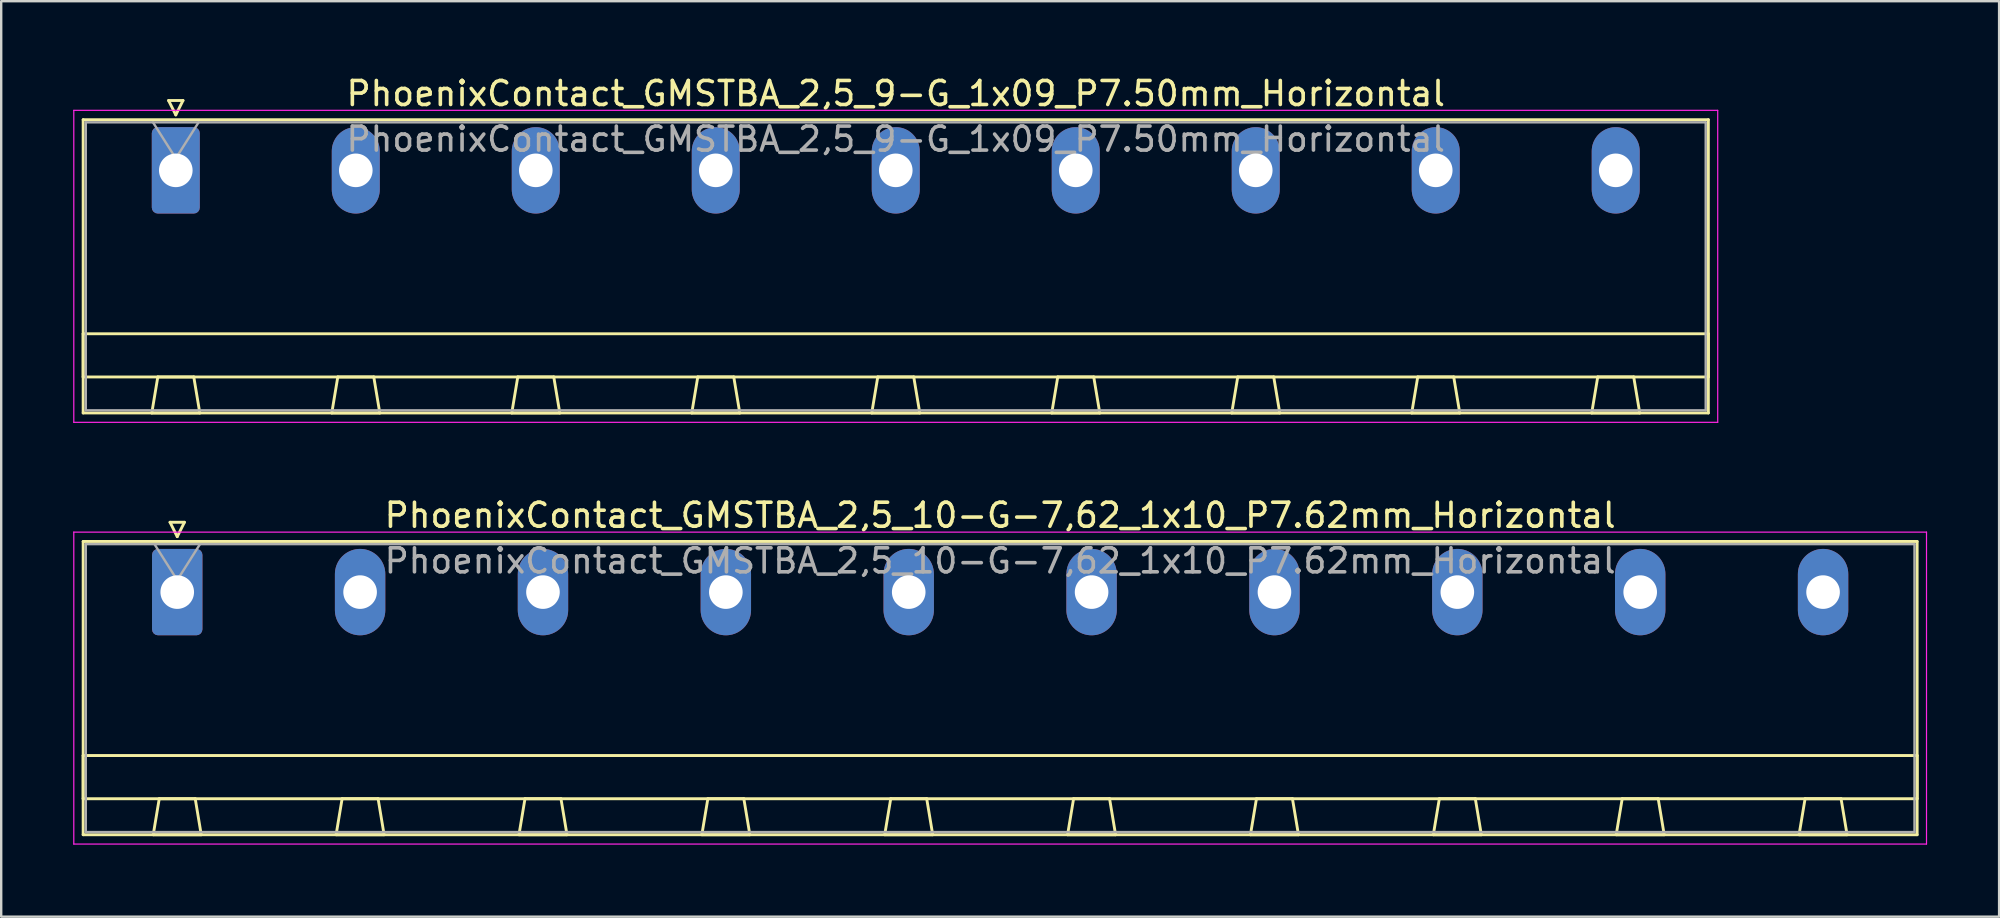
<source format=kicad_pcb>
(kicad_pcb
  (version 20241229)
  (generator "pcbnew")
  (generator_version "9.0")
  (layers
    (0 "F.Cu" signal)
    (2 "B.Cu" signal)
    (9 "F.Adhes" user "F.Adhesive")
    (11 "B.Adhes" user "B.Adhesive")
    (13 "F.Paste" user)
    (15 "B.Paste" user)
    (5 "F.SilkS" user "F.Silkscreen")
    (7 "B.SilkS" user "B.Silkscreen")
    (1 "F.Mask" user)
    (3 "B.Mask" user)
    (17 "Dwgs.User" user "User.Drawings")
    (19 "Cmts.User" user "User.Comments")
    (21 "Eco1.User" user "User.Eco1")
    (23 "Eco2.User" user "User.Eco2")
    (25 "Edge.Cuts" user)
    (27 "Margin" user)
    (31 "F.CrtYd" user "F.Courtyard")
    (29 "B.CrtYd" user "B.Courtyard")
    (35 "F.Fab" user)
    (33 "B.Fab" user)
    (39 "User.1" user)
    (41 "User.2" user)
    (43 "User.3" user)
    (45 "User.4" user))
  (footprint "PhoenixContact_GMSTBA_2,5_10-G-7,62_1x10_P7.62mm_Horizontal"
    (layer "F.Cu")
    (at 4.335 21.622)
    (property "Reference" "PhoenixContact_GMSTBA_2,5_10-G-7,62_1x10_P7.62mm_Horizontal" (at 34.29 -3.2 0) (layer "F.SilkS") (effects (font (size 1 1) (thickness 0.15))))
    (attr through_hole)
    (fp_line (start -3.92 -2.11) (end -3.92 10.11) (stroke (width 0.12) (type solid)) (layer "F.SilkS"))
    (fp_line (start -3.92 6.81) (end 72.5 6.81) (stroke (width 0.12) (type solid)) (layer "F.SilkS"))
    (fp_line (start -3.92 8.61) (end -3.92 6.81) (stroke (width 0.12) (type solid)) (layer "F.SilkS"))
    (fp_line (start -3.92 10.11) (end 72.5 10.11) (stroke (width 0.12) (type solid)) (layer "F.SilkS"))
    (fp_line (start -1 10.11) (end 1 10.11) (stroke (width 0.12) (type solid)) (layer "F.SilkS"))
    (fp_line (start -0.75 8.61) (end -1 10.11) (stroke (width 0.12) (type solid)) (layer "F.SilkS"))
    (fp_line (start -0.3 -2.91) (end 0.3 -2.91) (stroke (width 0.12) (type solid)) (layer "F.SilkS"))
    (fp_line (start 0 -2.31) (end -0.3 -2.91) (stroke (width 0.12) (type solid)) (layer "F.SilkS"))
    (fp_line (start 0.3 -2.91) (end 0 -2.31) (stroke (width 0.12) (type solid)) (layer "F.SilkS"))
    (fp_line (start 0.75 8.61) (end -0.75 8.61) (stroke (width 0.12) (type solid)) (layer "F.SilkS"))
    (fp_line (start 1 10.11) (end 0.75 8.61) (stroke (width 0.12) (type solid)) (layer "F.SilkS"))
    (fp_line (start 6.62 10.11) (end 8.62 10.11) (stroke (width 0.12) (type solid)) (layer "F.SilkS"))
    (fp_line (start 6.87 8.61) (end 6.62 10.11) (stroke (width 0.12) (type solid)) (layer "F.SilkS"))
    (fp_line (start 8.37 8.61) (end 6.87 8.61) (stroke (width 0.12) (type solid)) (layer "F.SilkS"))
    (fp_line (start 8.62 10.11) (end 8.37 8.61) (stroke (width 0.12) (type solid)) (layer "F.SilkS"))
    (fp_line (start 14.24 10.11) (end 16.24 10.11) (stroke (width 0.12) (type solid)) (layer "F.SilkS"))
    (fp_line (start 14.49 8.61) (end 14.24 10.11) (stroke (width 0.12) (type solid)) (layer "F.SilkS"))
    (fp_line (start 15.99 8.61) (end 14.49 8.61) (stroke (width 0.12) (type solid)) (layer "F.SilkS"))
    (fp_line (start 16.24 10.11) (end 15.99 8.61) (stroke (width 0.12) (type solid)) (layer "F.SilkS"))
    (fp_line (start 21.86 10.11) (end 23.86 10.11) (stroke (width 0.12) (type solid)) (layer "F.SilkS"))
    (fp_line (start 22.11 8.61) (end 21.86 10.11) (stroke (width 0.12) (type solid)) (layer "F.SilkS"))
    (fp_line (start 23.61 8.61) (end 22.11 8.61) (stroke (width 0.12) (type solid)) (layer "F.SilkS"))
    (fp_line (start 23.86 10.11) (end 23.61 8.61) (stroke (width 0.12) (type solid)) (layer "F.SilkS"))
    (fp_line (start 29.48 10.11) (end 31.48 10.11) (stroke (width 0.12) (type solid)) (layer "F.SilkS"))
    (fp_line (start 29.73 8.61) (end 29.48 10.11) (stroke (width 0.12) (type solid)) (layer "F.SilkS"))
    (fp_line (start 31.23 8.61) (end 29.73 8.61) (stroke (width 0.12) (type solid)) (layer "F.SilkS"))
    (fp_line (start 31.48 10.11) (end 31.23 8.61) (stroke (width 0.12) (type solid)) (layer "F.SilkS"))
    (fp_line (start 37.1 10.11) (end 39.1 10.11) (stroke (width 0.12) (type solid)) (layer "F.SilkS"))
    (fp_line (start 37.35 8.61) (end 37.1 10.11) (stroke (width 0.12) (type solid)) (layer "F.SilkS"))
    (fp_line (start 38.85 8.61) (end 37.35 8.61) (stroke (width 0.12) (type solid)) (layer "F.SilkS"))
    (fp_line (start 39.1 10.11) (end 38.85 8.61) (stroke (width 0.12) (type solid)) (layer "F.SilkS"))
    (fp_line (start 44.72 10.11) (end 46.72 10.11) (stroke (width 0.12) (type solid)) (layer "F.SilkS"))
    (fp_line (start 44.97 8.61) (end 44.72 10.11) (stroke (width 0.12) (type solid)) (layer "F.SilkS"))
    (fp_line (start 46.47 8.61) (end 44.97 8.61) (stroke (width 0.12) (type solid)) (layer "F.SilkS"))
    (fp_line (start 46.72 10.11) (end 46.47 8.61) (stroke (width 0.12) (type solid)) (layer "F.SilkS"))
    (fp_line (start 52.34 10.11) (end 54.34 10.11) (stroke (width 0.12) (type solid)) (layer "F.SilkS"))
    (fp_line (start 52.59 8.61) (end 52.34 10.11) (stroke (width 0.12) (type solid)) (layer "F.SilkS"))
    (fp_line (start 54.09 8.61) (end 52.59 8.61) (stroke (width 0.12) (type solid)) (layer "F.SilkS"))
    (fp_line (start 54.34 10.11) (end 54.09 8.61) (stroke (width 0.12) (type solid)) (layer "F.SilkS"))
    (fp_line (start 59.96 10.11) (end 61.96 10.11) (stroke (width 0.12) (type solid)) (layer "F.SilkS"))
    (fp_line (start 60.21 8.61) (end 59.96 10.11) (stroke (width 0.12) (type solid)) (layer "F.SilkS"))
    (fp_line (start 61.71 8.61) (end 60.21 8.61) (stroke (width 0.12) (type solid)) (layer "F.SilkS"))
    (fp_line (start 61.96 10.11) (end 61.71 8.61) (stroke (width 0.12) (type solid)) (layer "F.SilkS"))
    (fp_line (start 67.58 10.11) (end 69.58 10.11) (stroke (width 0.12) (type solid)) (layer "F.SilkS"))
    (fp_line (start 67.83 8.61) (end 67.58 10.11) (stroke (width 0.12) (type solid)) (layer "F.SilkS"))
    (fp_line (start 69.33 8.61) (end 67.83 8.61) (stroke (width 0.12) (type solid)) (layer "F.SilkS"))
    (fp_line (start 69.58 10.11) (end 69.33 8.61) (stroke (width 0.12) (type solid)) (layer "F.SilkS"))
    (fp_line (start 72.5 -2.11) (end -3.92 -2.11) (stroke (width 0.12) (type solid)) (layer "F.SilkS"))
    (fp_line (start 72.5 6.81) (end 72.5 8.61) (stroke (width 0.12) (type solid)) (layer "F.SilkS"))
    (fp_line (start 72.5 8.61) (end -3.92 8.61) (stroke (width 0.12) (type solid)) (layer "F.SilkS"))
    (fp_line (start 72.5 10.11) (end 72.5 -2.11) (stroke (width 0.12) (type solid)) (layer "F.SilkS"))
    (fp_line (start -4.31 -2.5) (end -4.31 10.5) (stroke (width 0.05) (type solid)) (layer "F.CrtYd"))
    (fp_line (start -4.31 10.5) (end 72.89 10.5) (stroke (width 0.05) (type solid)) (layer "F.CrtYd"))
    (fp_line (start 72.89 -2.5) (end -4.31 -2.5) (stroke (width 0.05) (type solid)) (layer "F.CrtYd"))
    (fp_line (start 72.89 10.5) (end 72.89 -2.5) (stroke (width 0.05) (type solid)) (layer "F.CrtYd"))
    (fp_line (start -3.81 -2) (end -3.81 10) (stroke (width 0.1) (type solid)) (layer "F.Fab"))
    (fp_line (start -3.81 10) (end 72.39 10) (stroke (width 0.1) (type solid)) (layer "F.Fab"))
    (fp_line (start 0 -0.5) (end -0.95 -2) (stroke (width 0.1) (type solid)) (layer "F.Fab"))
    (fp_line (start 0.95 -2) (end 0 -0.5) (stroke (width 0.1) (type solid)) (layer "F.Fab"))
    (fp_line (start 72.39 -2) (end -3.81 -2) (stroke (width 0.1) (type solid)) (layer "F.Fab"))
    (fp_line (start 72.39 10) (end 72.39 -2) (stroke (width 0.1) (type solid)) (layer "F.Fab"))
    (fp_text user "${REFERENCE}" (at 34.29 -1.3 0) (layer "F.Fab") (effects (font (size 1 1) (thickness 0.15))))
    (pad "1" thru_hole roundrect (at 0 0) (size 2.1 3.6) (drill 1.4) (layers "*.Cu" "*.Mask") (roundrect_rratio 0.119))
    (pad "2" thru_hole oval (at 7.62 0) (size 2.1 3.6) (drill 1.4) (layers "*.Cu" "*.Mask"))
    (pad "3" thru_hole oval (at 15.24 0) (size 2.1 3.6) (drill 1.4) (layers "*.Cu" "*.Mask"))
    (pad "4" thru_hole oval (at 22.86 0) (size 2.1 3.6) (drill 1.4) (layers "*.Cu" "*.Mask"))
    (pad "5" thru_hole oval (at 30.48 0) (size 2.1 3.6) (drill 1.4) (layers "*.Cu" "*.Mask"))
    (pad "6" thru_hole oval (at 38.1 0) (size 2.1 3.6) (drill 1.4) (layers "*.Cu" "*.Mask"))
    (pad "7" thru_hole oval (at 45.72 0) (size 2.1 3.6) (drill 1.4) (layers "*.Cu" "*.Mask"))
    (pad "8" thru_hole oval (at 53.34 0) (size 2.1 3.6) (drill 1.4) (layers "*.Cu" "*.Mask"))
    (pad "9" thru_hole oval (at 60.96 0) (size 2.1 3.6) (drill 1.4) (layers "*.Cu" "*.Mask"))
    (pad "10" thru_hole oval (at 68.58 0) (size 2.1 3.6) (drill 1.4) (layers "*.Cu" "*.Mask")))
  (footprint "PhoenixContact_GMSTBA_2,5_9-G_1x09_P7.50mm_Horizontal"
    (layer "F.Cu")
    (at 4.275 4.048)
    (property "Reference" "PhoenixContact_GMSTBA_2,5_9-G_1x09_P7.50mm_Horizontal" (at 30 -3.2 0) (layer "F.SilkS") (effects (font (size 1 1) (thickness 0.15))))
    (attr through_hole)
    (fp_line (start -3.86 -2.11) (end -3.86 10.11) (stroke (width 0.12) (type solid)) (layer "F.SilkS"))
    (fp_line (start -3.86 6.81) (end 63.86 6.81) (stroke (width 0.12) (type solid)) (layer "F.SilkS"))
    (fp_line (start -3.86 8.61) (end -3.86 6.81) (stroke (width 0.12) (type solid)) (layer "F.SilkS"))
    (fp_line (start -3.86 10.11) (end 63.86 10.11) (stroke (width 0.12) (type solid)) (layer "F.SilkS"))
    (fp_line (start -1 10.11) (end 1 10.11) (stroke (width 0.12) (type solid)) (layer "F.SilkS"))
    (fp_line (start -0.75 8.61) (end -1 10.11) (stroke (width 0.12) (type solid)) (layer "F.SilkS"))
    (fp_line (start -0.3 -2.91) (end 0.3 -2.91) (stroke (width 0.12) (type solid)) (layer "F.SilkS"))
    (fp_line (start 0 -2.31) (end -0.3 -2.91) (stroke (width 0.12) (type solid)) (layer "F.SilkS"))
    (fp_line (start 0.3 -2.91) (end 0 -2.31) (stroke (width 0.12) (type solid)) (layer "F.SilkS"))
    (fp_line (start 0.75 8.61) (end -0.75 8.61) (stroke (width 0.12) (type solid)) (layer "F.SilkS"))
    (fp_line (start 1 10.11) (end 0.75 8.61) (stroke (width 0.12) (type solid)) (layer "F.SilkS"))
    (fp_line (start 6.5 10.11) (end 8.5 10.11) (stroke (width 0.12) (type solid)) (layer "F.SilkS"))
    (fp_line (start 6.75 8.61) (end 6.5 10.11) (stroke (width 0.12) (type solid)) (layer "F.SilkS"))
    (fp_line (start 8.25 8.61) (end 6.75 8.61) (stroke (width 0.12) (type solid)) (layer "F.SilkS"))
    (fp_line (start 8.5 10.11) (end 8.25 8.61) (stroke (width 0.12) (type solid)) (layer "F.SilkS"))
    (fp_line (start 14 10.11) (end 16 10.11) (stroke (width 0.12) (type solid)) (layer "F.SilkS"))
    (fp_line (start 14.25 8.61) (end 14 10.11) (stroke (width 0.12) (type solid)) (layer "F.SilkS"))
    (fp_line (start 15.75 8.61) (end 14.25 8.61) (stroke (width 0.12) (type solid)) (layer "F.SilkS"))
    (fp_line (start 16 10.11) (end 15.75 8.61) (stroke (width 0.12) (type solid)) (layer "F.SilkS"))
    (fp_line (start 21.5 10.11) (end 23.5 10.11) (stroke (width 0.12) (type solid)) (layer "F.SilkS"))
    (fp_line (start 21.75 8.61) (end 21.5 10.11) (stroke (width 0.12) (type solid)) (layer "F.SilkS"))
    (fp_line (start 23.25 8.61) (end 21.75 8.61) (stroke (width 0.12) (type solid)) (layer "F.SilkS"))
    (fp_line (start 23.5 10.11) (end 23.25 8.61) (stroke (width 0.12) (type solid)) (layer "F.SilkS"))
    (fp_line (start 29 10.11) (end 31 10.11) (stroke (width 0.12) (type solid)) (layer "F.SilkS"))
    (fp_line (start 29.25 8.61) (end 29 10.11) (stroke (width 0.12) (type solid)) (layer "F.SilkS"))
    (fp_line (start 30.75 8.61) (end 29.25 8.61) (stroke (width 0.12) (type solid)) (layer "F.SilkS"))
    (fp_line (start 31 10.11) (end 30.75 8.61) (stroke (width 0.12) (type solid)) (layer "F.SilkS"))
    (fp_line (start 36.5 10.11) (end 38.5 10.11) (stroke (width 0.12) (type solid)) (layer "F.SilkS"))
    (fp_line (start 36.75 8.61) (end 36.5 10.11) (stroke (width 0.12) (type solid)) (layer "F.SilkS"))
    (fp_line (start 38.25 8.61) (end 36.75 8.61) (stroke (width 0.12) (type solid)) (layer "F.SilkS"))
    (fp_line (start 38.5 10.11) (end 38.25 8.61) (stroke (width 0.12) (type solid)) (layer "F.SilkS"))
    (fp_line (start 44 10.11) (end 46 10.11) (stroke (width 0.12) (type solid)) (layer "F.SilkS"))
    (fp_line (start 44.25 8.61) (end 44 10.11) (stroke (width 0.12) (type solid)) (layer "F.SilkS"))
    (fp_line (start 45.75 8.61) (end 44.25 8.61) (stroke (width 0.12) (type solid)) (layer "F.SilkS"))
    (fp_line (start 46 10.11) (end 45.75 8.61) (stroke (width 0.12) (type solid)) (layer "F.SilkS"))
    (fp_line (start 51.5 10.11) (end 53.5 10.11) (stroke (width 0.12) (type solid)) (layer "F.SilkS"))
    (fp_line (start 51.75 8.61) (end 51.5 10.11) (stroke (width 0.12) (type solid)) (layer "F.SilkS"))
    (fp_line (start 53.25 8.61) (end 51.75 8.61) (stroke (width 0.12) (type solid)) (layer "F.SilkS"))
    (fp_line (start 53.5 10.11) (end 53.25 8.61) (stroke (width 0.12) (type solid)) (layer "F.SilkS"))
    (fp_line (start 59 10.11) (end 61 10.11) (stroke (width 0.12) (type solid)) (layer "F.SilkS"))
    (fp_line (start 59.25 8.61) (end 59 10.11) (stroke (width 0.12) (type solid)) (layer "F.SilkS"))
    (fp_line (start 60.75 8.61) (end 59.25 8.61) (stroke (width 0.12) (type solid)) (layer "F.SilkS"))
    (fp_line (start 61 10.11) (end 60.75 8.61) (stroke (width 0.12) (type solid)) (layer "F.SilkS"))
    (fp_line (start 63.86 -2.11) (end -3.86 -2.11) (stroke (width 0.12) (type solid)) (layer "F.SilkS"))
    (fp_line (start 63.86 6.81) (end 63.86 8.61) (stroke (width 0.12) (type solid)) (layer "F.SilkS"))
    (fp_line (start 63.86 8.61) (end -3.86 8.61) (stroke (width 0.12) (type solid)) (layer "F.SilkS"))
    (fp_line (start 63.86 10.11) (end 63.86 -2.11) (stroke (width 0.12) (type solid)) (layer "F.SilkS"))
    (fp_line (start -4.25 -2.5) (end -4.25 10.5) (stroke (width 0.05) (type solid)) (layer "F.CrtYd"))
    (fp_line (start -4.25 10.5) (end 64.25 10.5) (stroke (width 0.05) (type solid)) (layer "F.CrtYd"))
    (fp_line (start 64.25 -2.5) (end -4.25 -2.5) (stroke (width 0.05) (type solid)) (layer "F.CrtYd"))
    (fp_line (start 64.25 10.5) (end 64.25 -2.5) (stroke (width 0.05) (type solid)) (layer "F.CrtYd"))
    (fp_line (start -3.75 -2) (end -3.75 10) (stroke (width 0.1) (type solid)) (layer "F.Fab"))
    (fp_line (start -3.75 10) (end 63.75 10) (stroke (width 0.1) (type solid)) (layer "F.Fab"))
    (fp_line (start 0 -0.5) (end -0.95 -2) (stroke (width 0.1) (type solid)) (layer "F.Fab"))
    (fp_line (start 0.95 -2) (end 0 -0.5) (stroke (width 0.1) (type solid)) (layer "F.Fab"))
    (fp_line (start 63.75 -2) (end -3.75 -2) (stroke (width 0.1) (type solid)) (layer "F.Fab"))
    (fp_line (start 63.75 10) (end 63.75 -2) (stroke (width 0.1) (type solid)) (layer "F.Fab"))
    (fp_text user "${REFERENCE}" (at 30 -1.3 0) (layer "F.Fab") (effects (font (size 1 1) (thickness 0.15))))
    (pad "1" thru_hole roundrect (at 0 0) (size 2 3.6) (drill 1.4) (layers "*.Cu" "*.Mask") (roundrect_rratio 0.125))
    (pad "2" thru_hole oval (at 7.5 0) (size 2 3.6) (drill 1.4) (layers "*.Cu" "*.Mask"))
    (pad "3" thru_hole oval (at 15 0) (size 2 3.6) (drill 1.4) (layers "*.Cu" "*.Mask"))
    (pad "4" thru_hole oval (at 22.5 0) (size 2 3.6) (drill 1.4) (layers "*.Cu" "*.Mask"))
    (pad "5" thru_hole oval (at 30 0) (size 2 3.6) (drill 1.4) (layers "*.Cu" "*.Mask"))
    (pad "6" thru_hole oval (at 37.5 0) (size 2 3.6) (drill 1.4) (layers "*.Cu" "*.Mask"))
    (pad "7" thru_hole oval (at 45 0) (size 2 3.6) (drill 1.4) (layers "*.Cu" "*.Mask"))
    (pad "8" thru_hole oval (at 52.5 0) (size 2 3.6) (drill 1.4) (layers "*.Cu" "*.Mask"))
    (pad "9" thru_hole oval (at 60 0) (size 2 3.6) (drill 1.4) (layers "*.Cu" "*.Mask")))
  (gr_rect
    (start -3 -3)
    (end 80.25 35.147)
    (stroke (width 0.1) (type default))
    (fill no)
    (layer "Edge.Cuts")))
</source>
